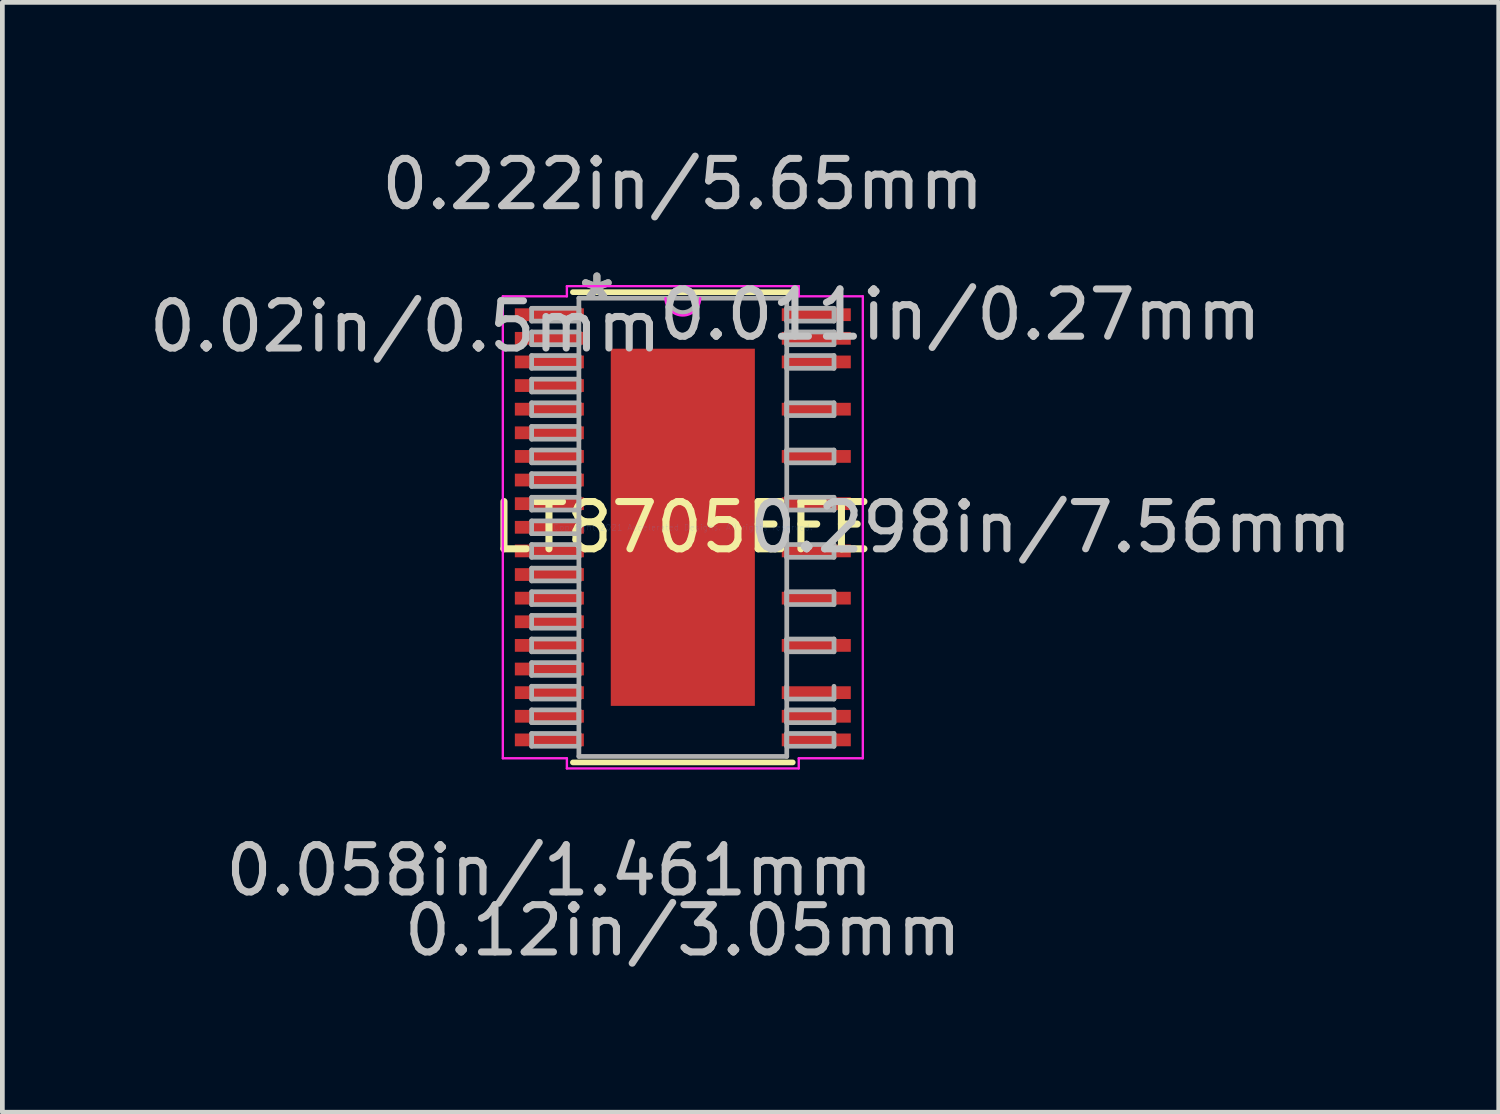
<source format=kicad_pcb>
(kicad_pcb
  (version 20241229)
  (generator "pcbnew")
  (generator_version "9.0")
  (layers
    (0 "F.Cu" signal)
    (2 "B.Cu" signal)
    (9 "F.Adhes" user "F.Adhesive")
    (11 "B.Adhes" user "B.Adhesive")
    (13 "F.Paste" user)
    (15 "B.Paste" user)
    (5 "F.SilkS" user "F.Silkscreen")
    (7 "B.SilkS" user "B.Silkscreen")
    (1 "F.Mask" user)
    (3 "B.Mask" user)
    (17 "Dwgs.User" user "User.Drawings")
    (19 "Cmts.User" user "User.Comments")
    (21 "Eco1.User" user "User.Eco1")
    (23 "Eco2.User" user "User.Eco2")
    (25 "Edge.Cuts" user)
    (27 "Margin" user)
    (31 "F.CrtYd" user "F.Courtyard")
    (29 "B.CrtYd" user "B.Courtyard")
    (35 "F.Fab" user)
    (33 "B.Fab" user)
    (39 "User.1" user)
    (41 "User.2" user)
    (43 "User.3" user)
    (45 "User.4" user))
  (footprint "LT8705EFE"
    (layer "F.Cu")
    (at 11.403 8.111)
    (property "Reference" "LT8705EFE" (at 0 0 0) (layer "F.SilkS") (effects (font (size 1 1) (thickness 0.15))))
    (attr through_hole)
    (fp_line (start -2.327 4.977) (end 2.327 4.977) (stroke (width 0.12) (type solid)) (layer "F.SilkS"))
    (fp_line (start 2.327 -4.977) (end -2.327 -4.977) (stroke (width 0.12) (type solid)) (layer "F.SilkS"))
    (fp_poly (pts (xy -1.425 -3.68) (xy -1.425 -2.368) (xy -0.1 -2.368) (xy -0.1 -3.68)) (stroke (width 0.1) (type solid)) (fill yes) (layer "F.Paste"))
    (fp_poly (pts (xy -1.425 -2.168) (xy -1.425 -0.856) (xy -0.1 -0.856) (xy -0.1 -2.168)) (stroke (width 0.1) (type solid)) (fill yes) (layer "F.Paste"))
    (fp_poly (pts (xy -1.425 -0.656) (xy -1.425 0.656) (xy -0.1 0.656) (xy -0.1 -0.656)) (stroke (width 0.1) (type solid)) (fill yes) (layer "F.Paste"))
    (fp_poly (pts (xy -1.425 0.856) (xy -1.425 2.168) (xy -0.1 2.168) (xy -0.1 0.856)) (stroke (width 0.1) (type solid)) (fill yes) (layer "F.Paste"))
    (fp_poly (pts (xy -1.425 2.368) (xy -1.425 3.68) (xy -0.1 3.68) (xy -0.1 2.368)) (stroke (width 0.1) (type solid)) (fill yes) (layer "F.Paste"))
    (fp_poly (pts (xy 0.1 -3.68) (xy 0.1 -2.368) (xy 1.425 -2.368) (xy 1.425 -3.68)) (stroke (width 0.1) (type solid)) (fill yes) (layer "F.Paste"))
    (fp_poly (pts (xy 0.1 -2.168) (xy 0.1 -0.856) (xy 1.425 -0.856) (xy 1.425 -2.168)) (stroke (width 0.1) (type solid)) (fill yes) (layer "F.Paste"))
    (fp_poly (pts (xy 0.1 -0.656) (xy 0.1 0.656) (xy 1.425 0.656) (xy 1.425 -0.656)) (stroke (width 0.1) (type solid)) (fill yes) (layer "F.Paste"))
    (fp_poly (pts (xy 0.1 0.856) (xy 0.1 2.168) (xy 1.425 2.168) (xy 1.425 0.856)) (stroke (width 0.1) (type solid)) (fill yes) (layer "F.Paste"))
    (fp_poly (pts (xy 0.1 2.368) (xy 0.1 3.68) (xy 1.425 3.68) (xy 1.425 2.368)) (stroke (width 0.1) (type solid)) (fill yes) (layer "F.Paste"))
    (fp_line (start -3.81 -4.889) (end -2.454 -4.889) (stroke (width 0.05) (type solid)) (layer "F.CrtYd"))
    (fp_line (start -3.81 4.889) (end -3.81 -4.889) (stroke (width 0.05) (type solid)) (layer "F.CrtYd"))
    (fp_line (start -2.454 -5.104) (end 2.454 -5.104) (stroke (width 0.05) (type solid)) (layer "F.CrtYd"))
    (fp_line (start -2.454 -4.889) (end -2.454 -5.104) (stroke (width 0.05) (type solid)) (layer "F.CrtYd"))
    (fp_line (start -2.454 4.889) (end -3.81 4.889) (stroke (width 0.05) (type solid)) (layer "F.CrtYd"))
    (fp_line (start -2.454 5.104) (end -2.454 4.889) (stroke (width 0.05) (type solid)) (layer "F.CrtYd"))
    (fp_line (start 2.454 -5.104) (end 2.454 -4.889) (stroke (width 0.05) (type solid)) (layer "F.CrtYd"))
    (fp_line (start 2.454 -4.889) (end 3.81 -4.889) (stroke (width 0.05) (type solid)) (layer "F.CrtYd"))
    (fp_line (start 2.454 4.889) (end 2.454 5.104) (stroke (width 0.05) (type solid)) (layer "F.CrtYd"))
    (fp_line (start 2.454 5.104) (end -2.454 5.104) (stroke (width 0.05) (type solid)) (layer "F.CrtYd"))
    (fp_line (start 3.81 -4.889) (end 3.81 4.889) (stroke (width 0.05) (type solid)) (layer "F.CrtYd"))
    (fp_line (start 3.81 4.889) (end 2.454 4.889) (stroke (width 0.05) (type solid)) (layer "F.CrtYd"))
    (fp_arc (start 0.366666 -4.85) (mid 0 -4.483334) (end -0.366666 -4.85) (stroke (width 0.05) (type solid)) (layer "F.CrtYd"))
    (fp_line (start -3.2 -4.635) (end -3.2 -4.365) (stroke (width 0.1) (type solid)) (layer "F.Fab"))
    (fp_line (start -3.2 -4.365) (end -2.2 -4.365) (stroke (width 0.1) (type solid)) (layer "F.Fab"))
    (fp_line (start -3.2 -4.135) (end -3.2 -3.865) (stroke (width 0.1) (type solid)) (layer "F.Fab"))
    (fp_line (start -3.2 -3.865) (end -2.2 -3.865) (stroke (width 0.1) (type solid)) (layer "F.Fab"))
    (fp_line (start -3.2 -3.635) (end -3.2 -3.365) (stroke (width 0.1) (type solid)) (layer "F.Fab"))
    (fp_line (start -3.2 -3.365) (end -2.2 -3.365) (stroke (width 0.1) (type solid)) (layer "F.Fab"))
    (fp_line (start -3.2 -3.135) (end -3.2 -2.865) (stroke (width 0.1) (type solid)) (layer "F.Fab"))
    (fp_line (start -3.2 -2.865) (end -2.2 -2.865) (stroke (width 0.1) (type solid)) (layer "F.Fab"))
    (fp_line (start -3.2 -2.635) (end -3.2 -2.365) (stroke (width 0.1) (type solid)) (layer "F.Fab"))
    (fp_line (start -3.2 -2.365) (end -2.2 -2.365) (stroke (width 0.1) (type solid)) (layer "F.Fab"))
    (fp_line (start -3.2 -2.135) (end -3.2 -1.865) (stroke (width 0.1) (type solid)) (layer "F.Fab"))
    (fp_line (start -3.2 -1.865) (end -2.2 -1.865) (stroke (width 0.1) (type solid)) (layer "F.Fab"))
    (fp_line (start -3.2 -1.635) (end -3.2 -1.365) (stroke (width 0.1) (type solid)) (layer "F.Fab"))
    (fp_line (start -3.2 -1.365) (end -2.2 -1.365) (stroke (width 0.1) (type solid)) (layer "F.Fab"))
    (fp_line (start -3.2 -1.135) (end -3.2 -0.865) (stroke (width 0.1) (type solid)) (layer "F.Fab"))
    (fp_line (start -3.2 -0.865) (end -2.2 -0.865) (stroke (width 0.1) (type solid)) (layer "F.Fab"))
    (fp_line (start -3.2 -0.635) (end -3.2 -0.365) (stroke (width 0.1) (type solid)) (layer "F.Fab"))
    (fp_line (start -3.2 -0.365) (end -2.2 -0.365) (stroke (width 0.1) (type solid)) (layer "F.Fab"))
    (fp_line (start -3.2 -0.135) (end -3.2 0.135) (stroke (width 0.1) (type solid)) (layer "F.Fab"))
    (fp_line (start -3.2 0.135) (end -2.2 0.135) (stroke (width 0.1) (type solid)) (layer "F.Fab"))
    (fp_line (start -3.2 0.365) (end -3.2 0.635) (stroke (width 0.1) (type solid)) (layer "F.Fab"))
    (fp_line (start -3.2 0.635) (end -2.2 0.635) (stroke (width 0.1) (type solid)) (layer "F.Fab"))
    (fp_line (start -3.2 0.865) (end -3.2 1.135) (stroke (width 0.1) (type solid)) (layer "F.Fab"))
    (fp_line (start -3.2 1.135) (end -2.2 1.135) (stroke (width 0.1) (type solid)) (layer "F.Fab"))
    (fp_line (start -3.2 1.365) (end -3.2 1.635) (stroke (width 0.1) (type solid)) (layer "F.Fab"))
    (fp_line (start -3.2 1.635) (end -2.2 1.635) (stroke (width 0.1) (type solid)) (layer "F.Fab"))
    (fp_line (start -3.2 1.865) (end -3.2 2.135) (stroke (width 0.1) (type solid)) (layer "F.Fab"))
    (fp_line (start -3.2 2.135) (end -2.2 2.135) (stroke (width 0.1) (type solid)) (layer "F.Fab"))
    (fp_line (start -3.2 2.365) (end -3.2 2.635) (stroke (width 0.1) (type solid)) (layer "F.Fab"))
    (fp_line (start -3.2 2.635) (end -2.2 2.635) (stroke (width 0.1) (type solid)) (layer "F.Fab"))
    (fp_line (start -3.2 2.865) (end -3.2 3.135) (stroke (width 0.1) (type solid)) (layer "F.Fab"))
    (fp_line (start -3.2 3.135) (end -2.2 3.135) (stroke (width 0.1) (type solid)) (layer "F.Fab"))
    (fp_line (start -3.2 3.365) (end -3.2 3.635) (stroke (width 0.1) (type solid)) (layer "F.Fab"))
    (fp_line (start -3.2 3.635) (end -2.2 3.635) (stroke (width 0.1) (type solid)) (layer "F.Fab"))
    (fp_line (start -3.2 3.865) (end -3.2 4.135) (stroke (width 0.1) (type solid)) (layer "F.Fab"))
    (fp_line (start -3.2 4.135) (end -2.2 4.135) (stroke (width 0.1) (type solid)) (layer "F.Fab"))
    (fp_line (start -3.2 4.365) (end -3.2 4.635) (stroke (width 0.1) (type solid)) (layer "F.Fab"))
    (fp_line (start -3.2 4.635) (end -2.2 4.635) (stroke (width 0.1) (type solid)) (layer "F.Fab"))
    (fp_line (start -2.2 -4.85) (end -2.2 4.85) (stroke (width 0.1) (type solid)) (layer "F.Fab"))
    (fp_line (start -2.2 -4.635) (end -3.2 -4.635) (stroke (width 0.1) (type solid)) (layer "F.Fab"))
    (fp_line (start -2.2 -4.365) (end -2.2 -4.635) (stroke (width 0.1) (type solid)) (layer "F.Fab"))
    (fp_line (start -2.2 -4.135) (end -3.2 -4.135) (stroke (width 0.1) (type solid)) (layer "F.Fab"))
    (fp_line (start -2.2 -3.865) (end -2.2 -4.135) (stroke (width 0.1) (type solid)) (layer "F.Fab"))
    (fp_line (start -2.2 -3.635) (end -3.2 -3.635) (stroke (width 0.1) (type solid)) (layer "F.Fab"))
    (fp_line (start -2.2 -3.365) (end -2.2 -3.635) (stroke (width 0.1) (type solid)) (layer "F.Fab"))
    (fp_line (start -2.2 -3.135) (end -3.2 -3.135) (stroke (width 0.1) (type solid)) (layer "F.Fab"))
    (fp_line (start -2.2 -2.865) (end -2.2 -3.135) (stroke (width 0.1) (type solid)) (layer "F.Fab"))
    (fp_line (start -2.2 -2.635) (end -3.2 -2.635) (stroke (width 0.1) (type solid)) (layer "F.Fab"))
    (fp_line (start -2.2 -2.365) (end -2.2 -2.635) (stroke (width 0.1) (type solid)) (layer "F.Fab"))
    (fp_line (start -2.2 -2.135) (end -3.2 -2.135) (stroke (width 0.1) (type solid)) (layer "F.Fab"))
    (fp_line (start -2.2 -1.865) (end -2.2 -2.135) (stroke (width 0.1) (type solid)) (layer "F.Fab"))
    (fp_line (start -2.2 -1.635) (end -3.2 -1.635) (stroke (width 0.1) (type solid)) (layer "F.Fab"))
    (fp_line (start -2.2 -1.365) (end -2.2 -1.635) (stroke (width 0.1) (type solid)) (layer "F.Fab"))
    (fp_line (start -2.2 -1.135) (end -3.2 -1.135) (stroke (width 0.1) (type solid)) (layer "F.Fab"))
    (fp_line (start -2.2 -0.865) (end -2.2 -1.135) (stroke (width 0.1) (type solid)) (layer "F.Fab"))
    (fp_line (start -2.2 -0.635) (end -3.2 -0.635) (stroke (width 0.1) (type solid)) (layer "F.Fab"))
    (fp_line (start -2.2 -0.365) (end -2.2 -0.635) (stroke (width 0.1) (type solid)) (layer "F.Fab"))
    (fp_line (start -2.2 -0.135) (end -3.2 -0.135) (stroke (width 0.1) (type solid)) (layer "F.Fab"))
    (fp_line (start -2.2 0.135) (end -2.2 -0.135) (stroke (width 0.1) (type solid)) (layer "F.Fab"))
    (fp_line (start -2.2 0.365) (end -3.2 0.365) (stroke (width 0.1) (type solid)) (layer "F.Fab"))
    (fp_line (start -2.2 0.635) (end -2.2 0.365) (stroke (width 0.1) (type solid)) (layer "F.Fab"))
    (fp_line (start -2.2 0.865) (end -3.2 0.865) (stroke (width 0.1) (type solid)) (layer "F.Fab"))
    (fp_line (start -2.2 1.135) (end -2.2 0.865) (stroke (width 0.1) (type solid)) (layer "F.Fab"))
    (fp_line (start -2.2 1.365) (end -3.2 1.365) (stroke (width 0.1) (type solid)) (layer "F.Fab"))
    (fp_line (start -2.2 1.635) (end -2.2 1.365) (stroke (width 0.1) (type solid)) (layer "F.Fab"))
    (fp_line (start -2.2 1.865) (end -3.2 1.865) (stroke (width 0.1) (type solid)) (layer "F.Fab"))
    (fp_line (start -2.2 2.135) (end -2.2 1.865) (stroke (width 0.1) (type solid)) (layer "F.Fab"))
    (fp_line (start -2.2 2.365) (end -3.2 2.365) (stroke (width 0.1) (type solid)) (layer "F.Fab"))
    (fp_line (start -2.2 2.635) (end -2.2 2.365) (stroke (width 0.1) (type solid)) (layer "F.Fab"))
    (fp_line (start -2.2 2.865) (end -3.2 2.865) (stroke (width 0.1) (type solid)) (layer "F.Fab"))
    (fp_line (start -2.2 3.135) (end -2.2 2.865) (stroke (width 0.1) (type solid)) (layer "F.Fab"))
    (fp_line (start -2.2 3.365) (end -3.2 3.365) (stroke (width 0.1) (type solid)) (layer "F.Fab"))
    (fp_line (start -2.2 3.635) (end -2.2 3.365) (stroke (width 0.1) (type solid)) (layer "F.Fab"))
    (fp_line (start -2.2 3.865) (end -3.2 3.865) (stroke (width 0.1) (type solid)) (layer "F.Fab"))
    (fp_line (start -2.2 4.135) (end -2.2 3.865) (stroke (width 0.1) (type solid)) (layer "F.Fab"))
    (fp_line (start -2.2 4.365) (end -3.2 4.365) (stroke (width 0.1) (type solid)) (layer "F.Fab"))
    (fp_line (start -2.2 4.635) (end -2.2 4.365) (stroke (width 0.1) (type solid)) (layer "F.Fab"))
    (fp_line (start -2.2 4.85) (end 2.2 4.85) (stroke (width 0.1) (type solid)) (layer "F.Fab"))
    (fp_line (start 2.2 -4.85) (end -2.2 -4.85) (stroke (width 0.1) (type solid)) (layer "F.Fab"))
    (fp_line (start 2.2 -4.635) (end 2.2 -4.365) (stroke (width 0.1) (type solid)) (layer "F.Fab"))
    (fp_line (start 2.2 -4.365) (end 3.2 -4.365) (stroke (width 0.1) (type solid)) (layer "F.Fab"))
    (fp_line (start 2.2 -4.135) (end 2.2 -3.865) (stroke (width 0.1) (type solid)) (layer "F.Fab"))
    (fp_line (start 2.2 -3.865) (end 3.2 -3.865) (stroke (width 0.1) (type solid)) (layer "F.Fab"))
    (fp_line (start 2.2 -3.635) (end 2.2 -3.365) (stroke (width 0.1) (type solid)) (layer "F.Fab"))
    (fp_line (start 2.2 -3.365) (end 3.2 -3.365) (stroke (width 0.1) (type solid)) (layer "F.Fab"))
    (fp_line (start 2.2 -2.635) (end 2.2 -2.365) (stroke (width 0.1) (type solid)) (layer "F.Fab"))
    (fp_line (start 2.2 -2.365) (end 3.2 -2.365) (stroke (width 0.1) (type solid)) (layer "F.Fab"))
    (fp_line (start 2.2 -1.635) (end 2.2 -1.365) (stroke (width 0.1) (type solid)) (layer "F.Fab"))
    (fp_line (start 2.2 -1.365) (end 3.2 -1.365) (stroke (width 0.1) (type solid)) (layer "F.Fab"))
    (fp_line (start 2.2 -0.635) (end 2.2 -0.365) (stroke (width 0.1) (type solid)) (layer "F.Fab"))
    (fp_line (start 2.2 -0.365) (end 3.2 -0.365) (stroke (width 0.1) (type solid)) (layer "F.Fab"))
    (fp_line (start 2.2 0.365) (end 2.2 0.635) (stroke (width 0.1) (type solid)) (layer "F.Fab"))
    (fp_line (start 2.2 0.635) (end 3.2 0.635) (stroke (width 0.1) (type solid)) (layer "F.Fab"))
    (fp_line (start 2.2 1.365) (end 2.2 1.635) (stroke (width 0.1) (type solid)) (layer "F.Fab"))
    (fp_line (start 2.2 1.635) (end 3.2 1.635) (stroke (width 0.1) (type solid)) (layer "F.Fab"))
    (fp_line (start 2.2 2.365) (end 2.2 2.635) (stroke (width 0.1) (type solid)) (layer "F.Fab"))
    (fp_line (start 2.2 2.635) (end 3.2 2.635) (stroke (width 0.1) (type solid)) (layer "F.Fab"))
    (fp_line (start 2.2 3.365) (end 2.2 3.635) (stroke (width 0.1) (type solid)) (layer "F.Fab"))
    (fp_line (start 2.2 3.635) (end 3.2 3.635) (stroke (width 0.1) (type solid)) (layer "F.Fab"))
    (fp_line (start 2.2 3.865) (end 2.2 4.135) (stroke (width 0.1) (type solid)) (layer "F.Fab"))
    (fp_line (start 2.2 4.135) (end 3.2 4.135) (stroke (width 0.1) (type solid)) (layer "F.Fab"))
    (fp_line (start 2.2 4.365) (end 2.2 4.635) (stroke (width 0.1) (type solid)) (layer "F.Fab"))
    (fp_line (start 2.2 4.635) (end 3.2 4.635) (stroke (width 0.1) (type solid)) (layer "F.Fab"))
    (fp_line (start 2.2 4.85) (end 2.2 -4.85) (stroke (width 0.1) (type solid)) (layer "F.Fab"))
    (fp_line (start 3.2 -4.635) (end 2.2 -4.635) (stroke (width 0.1) (type solid)) (layer "F.Fab"))
    (fp_line (start 3.2 -4.365) (end 3.2 -4.635) (stroke (width 0.1) (type solid)) (layer "F.Fab"))
    (fp_line (start 3.2 -4.135) (end 2.2 -4.135) (stroke (width 0.1) (type solid)) (layer "F.Fab"))
    (fp_line (start 3.2 -3.865) (end 3.2 -4.135) (stroke (width 0.1) (type solid)) (layer "F.Fab"))
    (fp_line (start 3.2 -3.635) (end 2.2 -3.635) (stroke (width 0.1) (type solid)) (layer "F.Fab"))
    (fp_line (start 3.2 -3.365) (end 3.2 -3.635) (stroke (width 0.1) (type solid)) (layer "F.Fab"))
    (fp_line (start 3.2 -2.635) (end 2.2 -2.635) (stroke (width 0.1) (type solid)) (layer "F.Fab"))
    (fp_line (start 3.2 -2.365) (end 3.2 -2.635) (stroke (width 0.1) (type solid)) (layer "F.Fab"))
    (fp_line (start 3.2 -1.635) (end 2.2 -1.635) (stroke (width 0.1) (type solid)) (layer "F.Fab"))
    (fp_line (start 3.2 -1.365) (end 3.2 -1.635) (stroke (width 0.1) (type solid)) (layer "F.Fab"))
    (fp_line (start 3.2 -0.635) (end 2.2 -0.635) (stroke (width 0.1) (type solid)) (layer "F.Fab"))
    (fp_line (start 3.2 -0.365) (end 3.2 -0.635) (stroke (width 0.1) (type solid)) (layer "F.Fab"))
    (fp_line (start 3.2 0.365) (end 2.2 0.365) (stroke (width 0.1) (type solid)) (layer "F.Fab"))
    (fp_line (start 3.2 0.635) (end 3.2 0.365) (stroke (width 0.1) (type solid)) (layer "F.Fab"))
    (fp_line (start 3.2 1.365) (end 2.2 1.365) (stroke (width 0.1) (type solid)) (layer "F.Fab"))
    (fp_line (start 3.2 1.635) (end 3.2 1.365) (stroke (width 0.1) (type solid)) (layer "F.Fab"))
    (fp_line (start 3.2 2.365) (end 2.2 2.365) (stroke (width 0.1) (type solid)) (layer "F.Fab"))
    (fp_line (start 3.2 2.635) (end 3.2 2.365) (stroke (width 0.1) (type solid)) (layer "F.Fab"))
    (fp_line (start 3.2 3.635) (end 3.2 3.365) (stroke (width 0.1) (type solid)) (layer "F.Fab"))
    (fp_line (start 3.2 3.865) (end 2.2 3.865) (stroke (width 0.1) (type solid)) (layer "F.Fab"))
    (fp_line (start 3.2 4.135) (end 3.2 3.865) (stroke (width 0.1) (type solid)) (layer "F.Fab"))
    (fp_line (start 3.2 4.365) (end 2.2 4.365) (stroke (width 0.1) (type solid)) (layer "F.Fab"))
    (fp_line (start 3.2 4.635) (end 3.2 4.365) (stroke (width 0.1) (type solid)) (layer "F.Fab"))
    (fp_arc (start 0.3048 -4.85) (mid 0 -4.5452) (end -0.3048 -4.85) (stroke (width 0.1) (type solid)) (layer "F.Fab"))
    (fp_text user "0.02in/0.5mm" (at -5.873 -4.25 0) (layer "Dwgs.User") (effects (font (size 1 1) (thickness 0.15))))
    (fp_text user "0.298in/7.56mm" (at 7.788 0 0) (layer "Dwgs.User") (effects (font (size 1 1) (thickness 0.15))))
    (fp_text user "0.058in/1.461mm" (at -2.825 7.263 0) (layer "Dwgs.User") (effects (font (size 1 1) (thickness 0.15))))
    (fp_text user "0.011in/0.27mm" (at 5.873 -4.5 0) (layer "Dwgs.User") (effects (font (size 1 1) (thickness 0.15))))
    (fp_text user "0.12in/3.05mm" (at 0 8.533 0) (layer "Dwgs.User") (effects (font (size 1 1) (thickness 0.15))))
    (fp_text user "0.222in/5.65mm" (at 0 -7.263 0) (layer "Dwgs.User") (effects (font (size 1 1) (thickness 0.15))))
    (fp_text user "Copyright 2021 Accelerated Designs. All rights reserved." (at 0 0 0) (layer "Cmts.User") (effects (font (size 0.127 0.127) (thickness 0.002))))
    (fp_text user "*" (at -1.819 -4.774 0) (layer "F.Fab") (effects (font (size 1 1) (thickness 0.15))))
    (fp_text user "*" (at -1.819 -4.774 0) (layer "F.Fab") (effects (font (size 1 1) (thickness 0.15))))
    (pad "1" smd rect (at -2.825 -4.5) (size 1.461 0.27) (layers "F.Cu" "F.Mask" "F.Paste"))
    (pad "2" smd rect (at -2.825 -4) (size 1.461 0.27) (layers "F.Cu" "F.Mask" "F.Paste"))
    (pad "3" smd rect (at -2.825 -3.5) (size 1.461 0.27) (layers "F.Cu" "F.Mask" "F.Paste"))
    (pad "4" smd rect (at -2.825 -3) (size 1.461 0.27) (layers "F.Cu" "F.Mask" "F.Paste"))
    (pad "5" smd rect (at -2.825 -2.5) (size 1.461 0.27) (layers "F.Cu" "F.Mask" "F.Paste"))
    (pad "6" smd rect (at -2.825 -2) (size 1.461 0.27) (layers "F.Cu" "F.Mask" "F.Paste"))
    (pad "7" smd rect (at -2.825 -1.5) (size 1.461 0.27) (layers "F.Cu" "F.Mask" "F.Paste"))
    (pad "8" smd rect (at -2.825 -1) (size 1.461 0.27) (layers "F.Cu" "F.Mask" "F.Paste"))
    (pad "9" smd rect (at -2.825 -0.5) (size 1.461 0.27) (layers "F.Cu" "F.Mask" "F.Paste"))
    (pad "10" smd rect (at -2.825 0) (size 1.461 0.27) (layers "F.Cu" "F.Mask" "F.Paste"))
    (pad "11" smd rect (at -2.825 0.5) (size 1.461 0.27) (layers "F.Cu" "F.Mask" "F.Paste"))
    (pad "12" smd rect (at -2.825 1) (size 1.461 0.27) (layers "F.Cu" "F.Mask" "F.Paste"))
    (pad "13" smd rect (at -2.825 1.5) (size 1.461 0.27) (layers "F.Cu" "F.Mask" "F.Paste"))
    (pad "14" smd rect (at -2.825 2) (size 1.461 0.27) (layers "F.Cu" "F.Mask" "F.Paste"))
    (pad "15" smd rect (at -2.825 2.5) (size 1.461 0.27) (layers "F.Cu" "F.Mask" "F.Paste"))
    (pad "16" smd rect (at -2.825 3) (size 1.461 0.27) (layers "F.Cu" "F.Mask" "F.Paste"))
    (pad "17" smd rect (at -2.825 3.5) (size 1.461 0.27) (layers "F.Cu" "F.Mask" "F.Paste"))
    (pad "18" smd rect (at -2.825 4) (size 1.461 0.27) (layers "F.Cu" "F.Mask" "F.Paste"))
    (pad "19" smd rect (at -2.825 4.5) (size 1.461 0.27) (layers "F.Cu" "F.Mask" "F.Paste"))
    (pad "20" smd rect (at 2.825 4.5) (size 1.461 0.27) (layers "F.Cu" "F.Mask" "F.Paste"))
    (pad "21" smd rect (at 2.825 4) (size 1.461 0.27) (layers "F.Cu" "F.Mask" "F.Paste"))
    (pad "22" smd rect (at 2.825 3.5) (size 1.461 0.27) (layers "F.Cu" "F.Mask" "F.Paste"))
    (pad "24" smd rect (at 2.825 2.5) (size 1.461 0.27) (layers "F.Cu" "F.Mask" "F.Paste"))
    (pad "26" smd rect (at 2.825 1.5) (size 1.461 0.27) (layers "F.Cu" "F.Mask" "F.Paste"))
    (pad "28" smd rect (at 2.825 0.5) (size 1.461 0.27) (layers "F.Cu" "F.Mask" "F.Paste"))
    (pad "30" smd rect (at 2.825 -0.5) (size 1.461 0.27) (layers "F.Cu" "F.Mask" "F.Paste"))
    (pad "32" smd rect (at 2.825 -1.5) (size 1.461 0.27) (layers "F.Cu" "F.Mask" "F.Paste"))
    (pad "34" smd rect (at 2.825 -2.5) (size 1.461 0.27) (layers "F.Cu" "F.Mask" "F.Paste"))
    (pad "36" smd rect (at 2.825 -3.5) (size 1.461 0.27) (layers "F.Cu" "F.Mask" "F.Paste"))
    (pad "37" smd rect (at 2.825 -4) (size 1.461 0.27) (layers "F.Cu" "F.Mask" "F.Paste"))
    (pad "38" smd rect (at 2.825 -4.5) (size 1.461 0.27) (layers "F.Cu" "F.Mask" "F.Paste"))
    (pad "EPAD" smd rect (at 0 0) (size 3.05 7.56) (layers "F.Cu" "F.Mask" "F.Paste")))
  (gr_rect
    (start -3 -3)
    (end 28.673 20.492)
    (stroke (width 0.1) (type default))
    (fill no)
    (layer "Edge.Cuts")))
</source>
